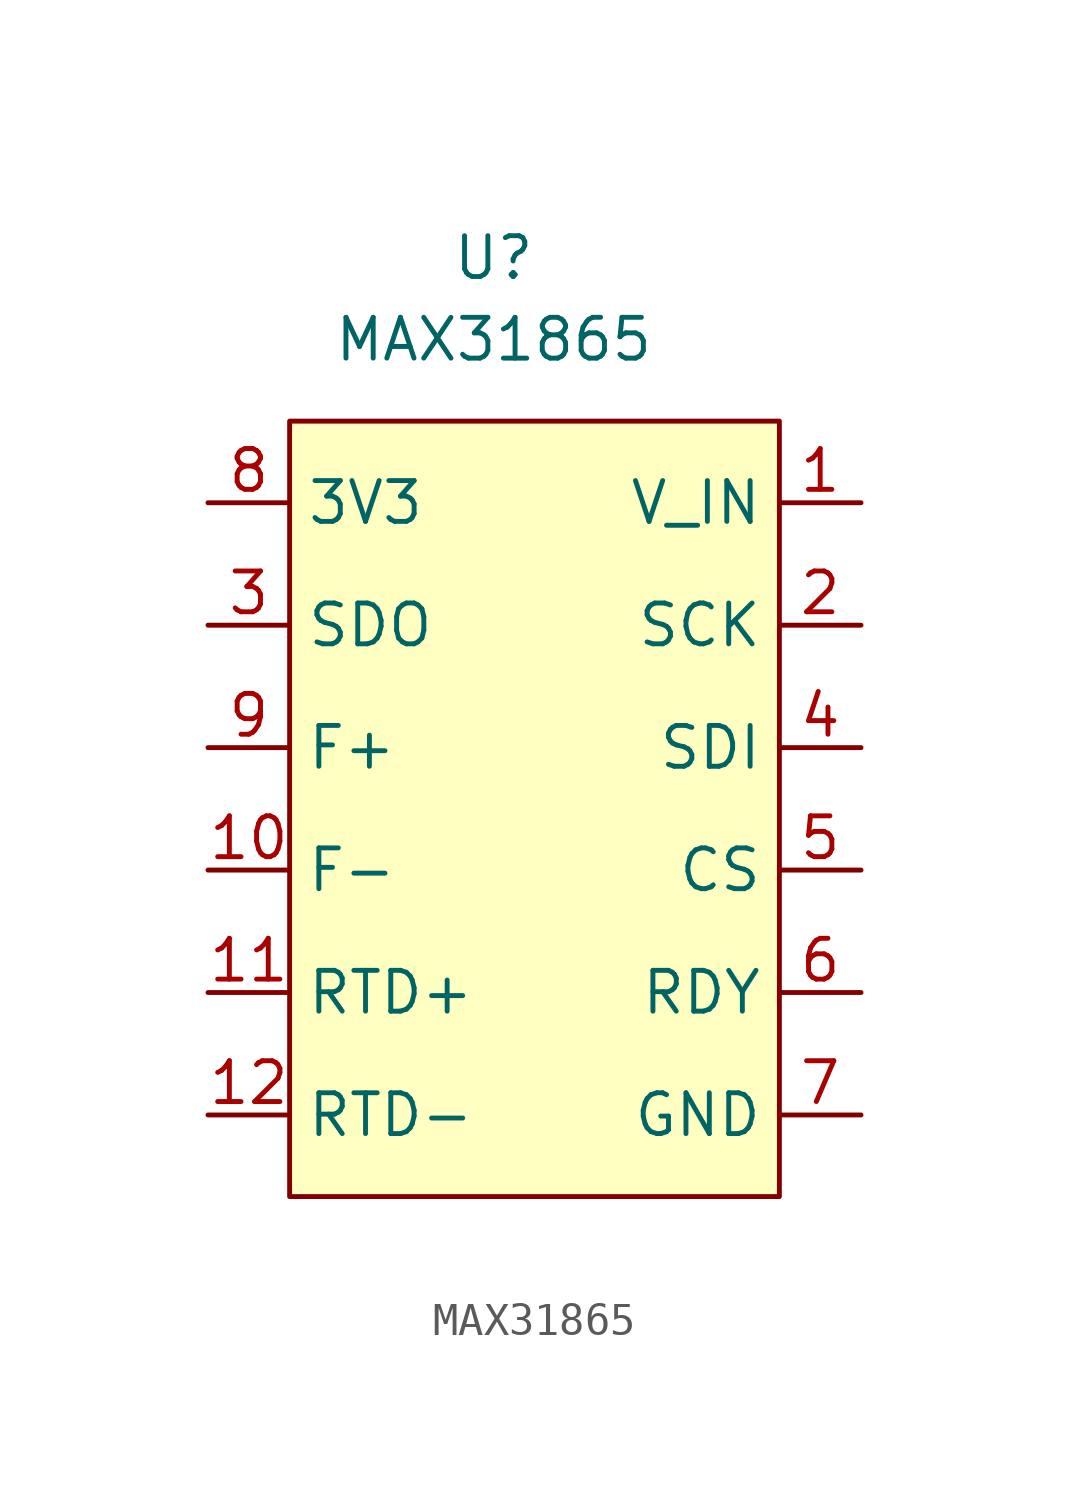
<source format=kicad_sym>
(kicad_symbol_lib
  (version 20211014)
  (generator kicad_symbol_editor)
  (symbol "MAX31865"
    (property "Reference" "U"
      (at 0 11.43 0)
      (effects (font (size 1.27 1.27))))
    (property "Value" "MAX31865"
      (at 0 8.89 0)
      (effects (font (size 1.27 1.27))))
    (symbol "MAX31865_0_1"
      (rectangle (start -6.35 6.35) (end 8.89 -17.78) (stroke (width 0) (type default) (color 0 0 0 0)) (fill (type background))))
    (symbol "MAX31865_1_1"
      (pin power_in line (at 11.43 3.81 180) (length 2.54) (name "V_IN" (effects (font (size 1.27 1.27)))) (number "1" (effects (font (size 1.27 1.27)))))
      (pin input line (at -8.89 -7.62 0) (length 2.54) (name "F-" (effects (font (size 1.27 1.27)))) (number "10" (effects (font (size 1.27 1.27)))))
      (pin input line (at -8.89 -11.43 0) (length 2.54) (name "RTD+" (effects (font (size 1.27 1.27)))) (number "11" (effects (font (size 1.27 1.27)))))
      (pin input line (at -8.89 -15.24 0) (length 2.54) (name "RTD-" (effects (font (size 1.27 1.27)))) (number "12" (effects (font (size 1.27 1.27)))))
      (pin input line (at 11.43 0 180) (length 2.54) (name "SCK" (effects (font (size 1.27 1.27)))) (number "2" (effects (font (size 1.27 1.27)))))
      (pin output line (at -8.89 0 0) (length 2.54) (name "SDO" (effects (font (size 1.27 1.27)))) (number "3" (effects (font (size 1.27 1.27)))))
      (pin input line (at 11.43 -3.81 180) (length 2.54) (name "SDI" (effects (font (size 1.27 1.27)))) (number "4" (effects (font (size 1.27 1.27)))))
      (pin input line (at 11.43 -7.62 180) (length 2.54) (name "CS" (effects (font (size 1.27 1.27)))) (number "5" (effects (font (size 1.27 1.27)))))
      (pin input line (at 11.43 -11.43 180) (length 2.54) (name "RDY" (effects (font (size 1.27 1.27)))) (number "6" (effects (font (size 1.27 1.27)))))
      (pin power_in line (at 11.43 -15.24 180) (length 2.54) (name "GND" (effects (font (size 1.27 1.27)))) (number "7" (effects (font (size 1.27 1.27)))))
      (pin power_out line (at -8.89 3.81 0) (length 2.54) (name "3V3" (effects (font (size 1.27 1.27)))) (number "8" (effects (font (size 1.27 1.27)))))
      (pin input line (at -8.89 -3.81 0) (length 2.54) (name "F+" (effects (font (size 1.27 1.27)))) (number "9" (effects (font (size 1.27 1.27))))))))
</source>
